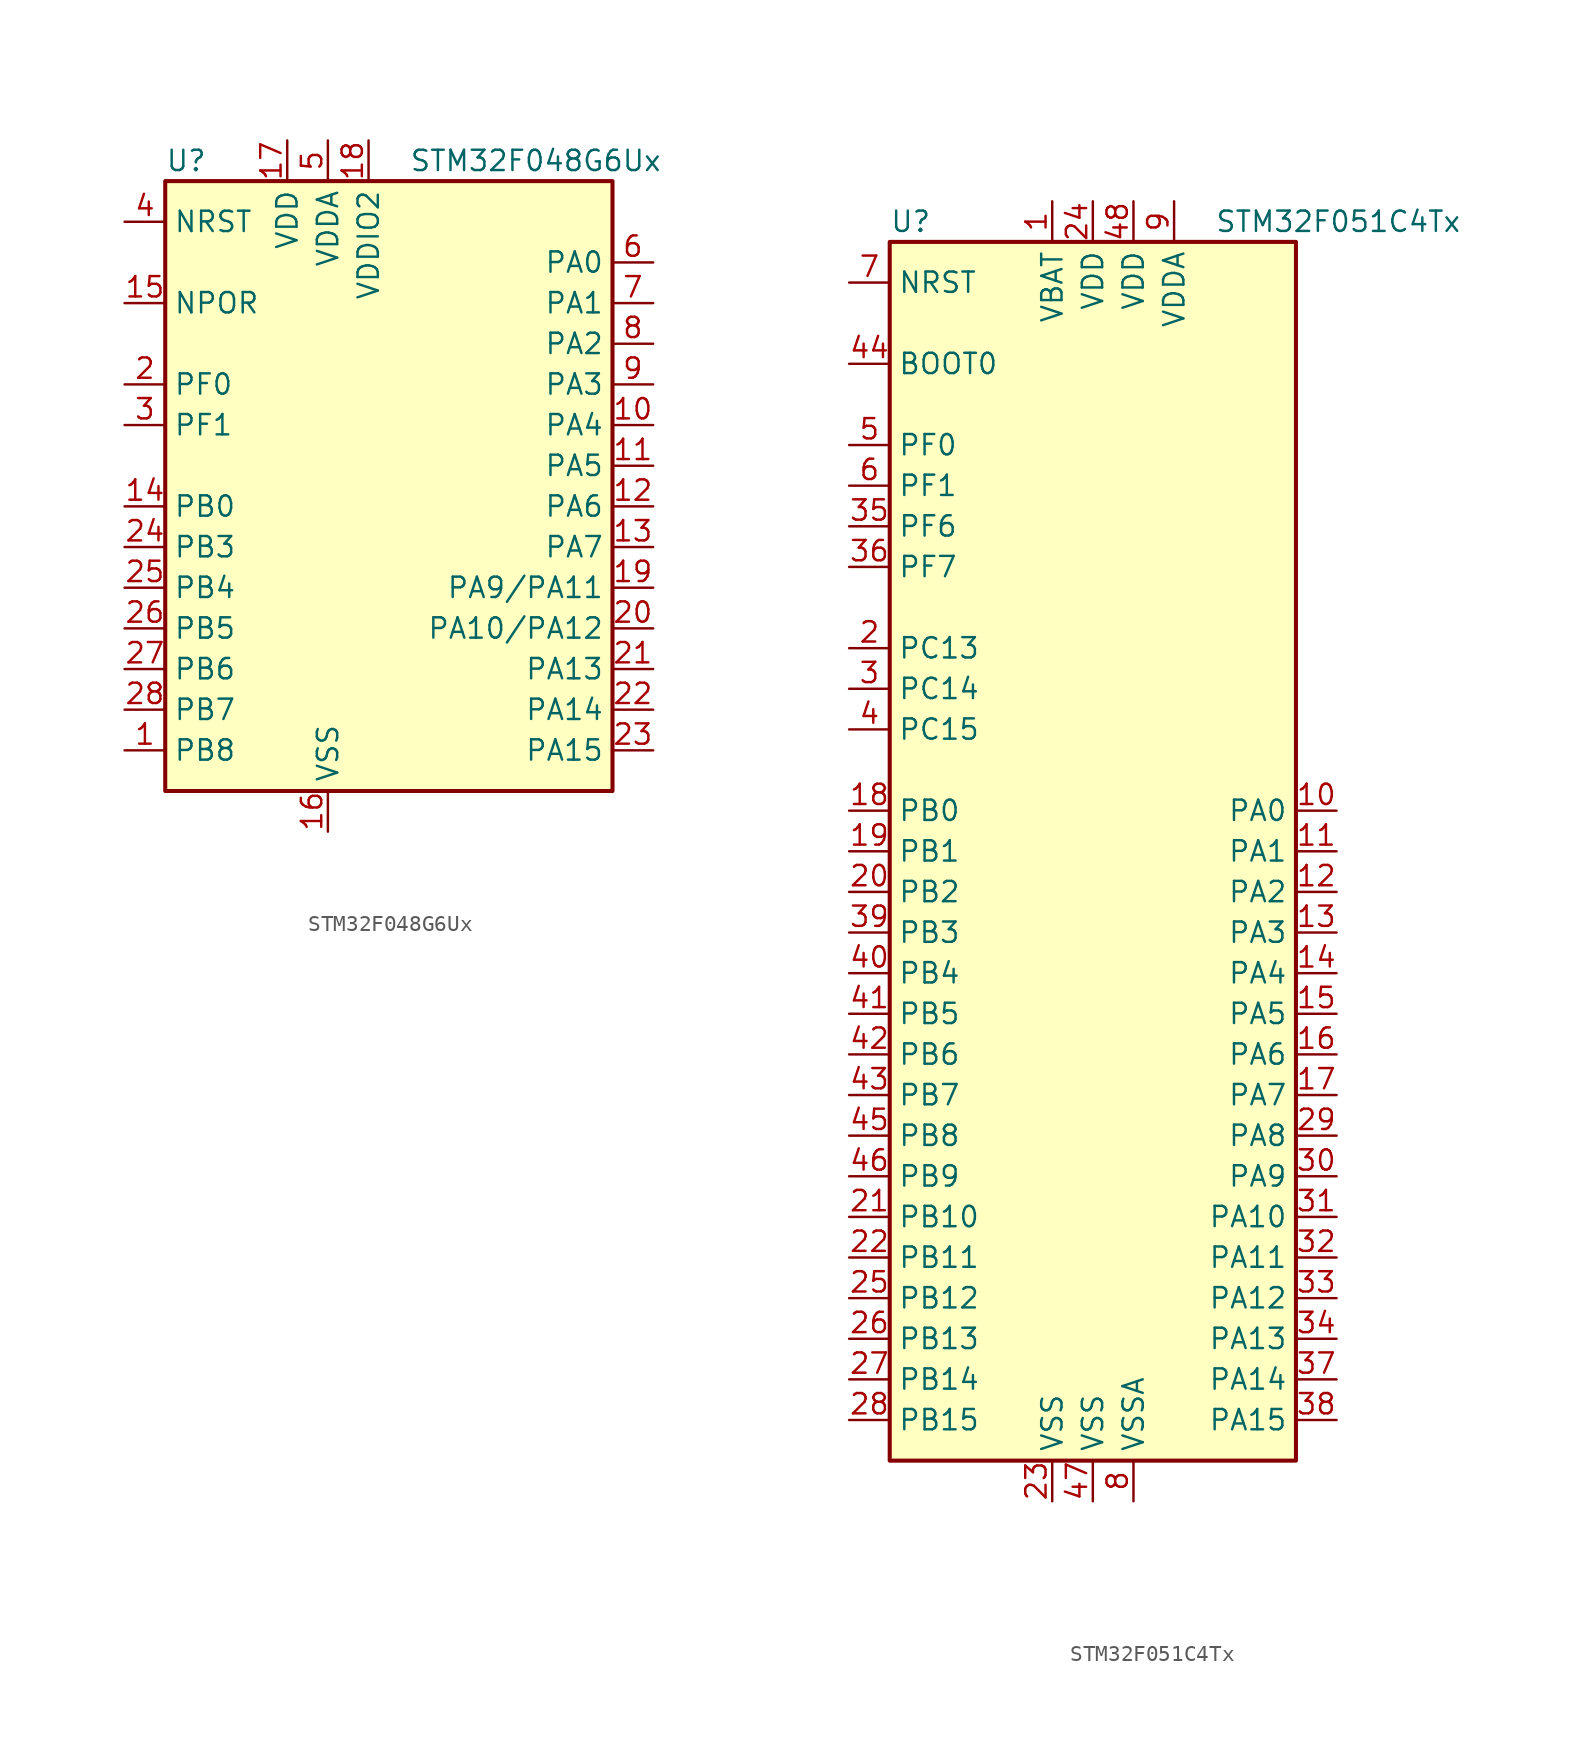
<source format=kicad_sym>
(kicad_symbol_lib
  (version 20201005)
  (generator kicad_symbol_editor)
  (symbol "STM32F048G6Ux"
    (property "Reference" "U"
      (at -15.24 19.05 0)
      (effects (font (size 1.27 1.27)) (justify left)))
    (property "Value" "STM32F048G6Ux"
      (at 0 19.05 0)
      (effects (font (size 1.27 1.27)) (justify left)))
    (symbol "STM32F048G6Ux_0_1"
      (rectangle (start -15.24 -20.32) (end 12.7 17.78) (stroke (width 0.254)) (fill (type background))))
    (symbol "STM32F048G6Ux_1_1"
      (pin bidirectional line (at -17.78 -17.78 0) (length 2.54) (name "PB8" (effects (font (size 1.27 1.27)))) (number "1" (effects (font (size 1.27 1.27)))))
      (pin bidirectional line (at 15.24 2.54 180) (length 2.54) (name "PA4" (effects (font (size 1.27 1.27)))) (number "10" (effects (font (size 1.27 1.27)))))
      (pin bidirectional line (at 15.24 0 180) (length 2.54) (name "PA5" (effects (font (size 1.27 1.27)))) (number "11" (effects (font (size 1.27 1.27)))))
      (pin bidirectional line (at 15.24 -2.54 180) (length 2.54) (name "PA6" (effects (font (size 1.27 1.27)))) (number "12" (effects (font (size 1.27 1.27)))))
      (pin bidirectional line (at 15.24 -5.08 180) (length 2.54) (name "PA7" (effects (font (size 1.27 1.27)))) (number "13" (effects (font (size 1.27 1.27)))))
      (pin bidirectional line (at -17.78 -2.54 0) (length 2.54) (name "PB0" (effects (font (size 1.27 1.27)))) (number "14" (effects (font (size 1.27 1.27)))))
      (pin power_in line (at -17.78 10.16 0) (length 2.54) (name "NPOR" (effects (font (size 1.27 1.27)))) (number "15" (effects (font (size 1.27 1.27)))))
      (pin power_in line (at -5.08 -22.86 90) (length 2.54) (name "VSS" (effects (font (size 1.27 1.27)))) (number "16" (effects (font (size 1.27 1.27)))))
      (pin power_in line (at -7.62 20.32 270) (length 2.54) (name "VDD" (effects (font (size 1.27 1.27)))) (number "17" (effects (font (size 1.27 1.27)))))
      (pin power_in line (at -2.54 20.32 270) (length 2.54) (name "VDDIO2" (effects (font (size 1.27 1.27)))) (number "18" (effects (font (size 1.27 1.27)))))
      (pin bidirectional line (at 15.24 -7.62 180) (length 2.54) (name "PA9/PA11" (effects (font (size 1.27 1.27)))) (number "19" (effects (font (size 1.27 1.27)))))
      (pin input line (at -17.78 5.08 0) (length 2.54) (name "PF0" (effects (font (size 1.27 1.27)))) (number "2" (effects (font (size 1.27 1.27)))))
      (pin bidirectional line (at 15.24 -10.16 180) (length 2.54) (name "PA10/PA12" (effects (font (size 1.27 1.27)))) (number "20" (effects (font (size 1.27 1.27)))))
      (pin bidirectional line (at 15.24 -12.7 180) (length 2.54) (name "PA13" (effects (font (size 1.27 1.27)))) (number "21" (effects (font (size 1.27 1.27)))))
      (pin bidirectional line (at 15.24 -15.24 180) (length 2.54) (name "PA14" (effects (font (size 1.27 1.27)))) (number "22" (effects (font (size 1.27 1.27)))))
      (pin bidirectional line (at 15.24 -17.78 180) (length 2.54) (name "PA15" (effects (font (size 1.27 1.27)))) (number "23" (effects (font (size 1.27 1.27)))))
      (pin bidirectional line (at -17.78 -5.08 0) (length 2.54) (name "PB3" (effects (font (size 1.27 1.27)))) (number "24" (effects (font (size 1.27 1.27)))))
      (pin bidirectional line (at -17.78 -7.62 0) (length 2.54) (name "PB4" (effects (font (size 1.27 1.27)))) (number "25" (effects (font (size 1.27 1.27)))))
      (pin bidirectional line (at -17.78 -10.16 0) (length 2.54) (name "PB5" (effects (font (size 1.27 1.27)))) (number "26" (effects (font (size 1.27 1.27)))))
      (pin bidirectional line (at -17.78 -12.7 0) (length 2.54) (name "PB6" (effects (font (size 1.27 1.27)))) (number "27" (effects (font (size 1.27 1.27)))))
      (pin bidirectional line (at -17.78 -15.24 0) (length 2.54) (name "PB7" (effects (font (size 1.27 1.27)))) (number "28" (effects (font (size 1.27 1.27)))))
      (pin input line (at -17.78 2.54 0) (length 2.54) (name "PF1" (effects (font (size 1.27 1.27)))) (number "3" (effects (font (size 1.27 1.27)))))
      (pin input line (at -17.78 15.24 0) (length 2.54) (name "NRST" (effects (font (size 1.27 1.27)))) (number "4" (effects (font (size 1.27 1.27)))))
      (pin power_in line (at -5.08 20.32 270) (length 2.54) (name "VDDA" (effects (font (size 1.27 1.27)))) (number "5" (effects (font (size 1.27 1.27)))))
      (pin bidirectional line (at 15.24 12.7 180) (length 2.54) (name "PA0" (effects (font (size 1.27 1.27)))) (number "6" (effects (font (size 1.27 1.27)))))
      (pin bidirectional line (at 15.24 10.16 180) (length 2.54) (name "PA1" (effects (font (size 1.27 1.27)))) (number "7" (effects (font (size 1.27 1.27)))))
      (pin bidirectional line (at 15.24 7.62 180) (length 2.54) (name "PA2" (effects (font (size 1.27 1.27)))) (number "8" (effects (font (size 1.27 1.27)))))
      (pin bidirectional line (at 15.24 5.08 180) (length 2.54) (name "PA3" (effects (font (size 1.27 1.27)))) (number "9" (effects (font (size 1.27 1.27)))))))
  (symbol "STM32F051C4Tx"
    (property "Reference" "U"
      (at -12.7 39.37 0)
      (effects (font (size 1.27 1.27)) (justify left)))
    (property "Value" "STM32F051C4Tx"
      (at 7.62 39.37 0)
      (effects (font (size 1.27 1.27)) (justify left)))
    (symbol "STM32F051C4Tx_0_1"
      (rectangle (start -12.7 -38.1) (end 12.7 38.1) (stroke (width 0.254)) (fill (type background))))
    (symbol "STM32F051C4Tx_1_1"
      (pin power_in line (at -2.54 40.64 270) (length 2.54) (name "VBAT" (effects (font (size 1.27 1.27)))) (number "1" (effects (font (size 1.27 1.27)))))
      (pin bidirectional line (at 15.24 2.54 180) (length 2.54) (name "PA0" (effects (font (size 1.27 1.27)))) (number "10" (effects (font (size 1.27 1.27)))))
      (pin bidirectional line (at 15.24 0 180) (length 2.54) (name "PA1" (effects (font (size 1.27 1.27)))) (number "11" (effects (font (size 1.27 1.27)))))
      (pin bidirectional line (at 15.24 -2.54 180) (length 2.54) (name "PA2" (effects (font (size 1.27 1.27)))) (number "12" (effects (font (size 1.27 1.27)))))
      (pin bidirectional line (at 15.24 -5.08 180) (length 2.54) (name "PA3" (effects (font (size 1.27 1.27)))) (number "13" (effects (font (size 1.27 1.27)))))
      (pin bidirectional line (at 15.24 -7.62 180) (length 2.54) (name "PA4" (effects (font (size 1.27 1.27)))) (number "14" (effects (font (size 1.27 1.27)))))
      (pin bidirectional line (at 15.24 -10.16 180) (length 2.54) (name "PA5" (effects (font (size 1.27 1.27)))) (number "15" (effects (font (size 1.27 1.27)))))
      (pin bidirectional line (at 15.24 -12.7 180) (length 2.54) (name "PA6" (effects (font (size 1.27 1.27)))) (number "16" (effects (font (size 1.27 1.27)))))
      (pin bidirectional line (at 15.24 -15.24 180) (length 2.54) (name "PA7" (effects (font (size 1.27 1.27)))) (number "17" (effects (font (size 1.27 1.27)))))
      (pin bidirectional line (at -15.24 2.54 0) (length 2.54) (name "PB0" (effects (font (size 1.27 1.27)))) (number "18" (effects (font (size 1.27 1.27)))))
      (pin bidirectional line (at -15.24 0 0) (length 2.54) (name "PB1" (effects (font (size 1.27 1.27)))) (number "19" (effects (font (size 1.27 1.27)))))
      (pin bidirectional line (at -15.24 12.7 0) (length 2.54) (name "PC13" (effects (font (size 1.27 1.27)))) (number "2" (effects (font (size 1.27 1.27)))))
      (pin bidirectional line (at -15.24 -2.54 0) (length 2.54) (name "PB2" (effects (font (size 1.27 1.27)))) (number "20" (effects (font (size 1.27 1.27)))))
      (pin bidirectional line (at -15.24 -22.86 0) (length 2.54) (name "PB10" (effects (font (size 1.27 1.27)))) (number "21" (effects (font (size 1.27 1.27)))))
      (pin bidirectional line (at -15.24 -25.4 0) (length 2.54) (name "PB11" (effects (font (size 1.27 1.27)))) (number "22" (effects (font (size 1.27 1.27)))))
      (pin power_in line (at -2.54 -40.64 90) (length 2.54) (name "VSS" (effects (font (size 1.27 1.27)))) (number "23" (effects (font (size 1.27 1.27)))))
      (pin power_in line (at 0 40.64 270) (length 2.54) (name "VDD" (effects (font (size 1.27 1.27)))) (number "24" (effects (font (size 1.27 1.27)))))
      (pin bidirectional line (at -15.24 -27.94 0) (length 2.54) (name "PB12" (effects (font (size 1.27 1.27)))) (number "25" (effects (font (size 1.27 1.27)))))
      (pin bidirectional line (at -15.24 -30.48 0) (length 2.54) (name "PB13" (effects (font (size 1.27 1.27)))) (number "26" (effects (font (size 1.27 1.27)))))
      (pin bidirectional line (at -15.24 -33.02 0) (length 2.54) (name "PB14" (effects (font (size 1.27 1.27)))) (number "27" (effects (font (size 1.27 1.27)))))
      (pin bidirectional line (at -15.24 -35.56 0) (length 2.54) (name "PB15" (effects (font (size 1.27 1.27)))) (number "28" (effects (font (size 1.27 1.27)))))
      (pin bidirectional line (at 15.24 -17.78 180) (length 2.54) (name "PA8" (effects (font (size 1.27 1.27)))) (number "29" (effects (font (size 1.27 1.27)))))
      (pin bidirectional line (at -15.24 10.16 0) (length 2.54) (name "PC14" (effects (font (size 1.27 1.27)))) (number "3" (effects (font (size 1.27 1.27)))))
      (pin bidirectional line (at 15.24 -20.32 180) (length 2.54) (name "PA9" (effects (font (size 1.27 1.27)))) (number "30" (effects (font (size 1.27 1.27)))))
      (pin bidirectional line (at 15.24 -22.86 180) (length 2.54) (name "PA10" (effects (font (size 1.27 1.27)))) (number "31" (effects (font (size 1.27 1.27)))))
      (pin bidirectional line (at 15.24 -25.4 180) (length 2.54) (name "PA11" (effects (font (size 1.27 1.27)))) (number "32" (effects (font (size 1.27 1.27)))))
      (pin bidirectional line (at 15.24 -27.94 180) (length 2.54) (name "PA12" (effects (font (size 1.27 1.27)))) (number "33" (effects (font (size 1.27 1.27)))))
      (pin bidirectional line (at 15.24 -30.48 180) (length 2.54) (name "PA13" (effects (font (size 1.27 1.27)))) (number "34" (effects (font (size 1.27 1.27)))))
      (pin bidirectional line (at -15.24 20.32 0) (length 2.54) (name "PF6" (effects (font (size 1.27 1.27)))) (number "35" (effects (font (size 1.27 1.27)))))
      (pin bidirectional line (at -15.24 17.78 0) (length 2.54) (name "PF7" (effects (font (size 1.27 1.27)))) (number "36" (effects (font (size 1.27 1.27)))))
      (pin bidirectional line (at 15.24 -33.02 180) (length 2.54) (name "PA14" (effects (font (size 1.27 1.27)))) (number "37" (effects (font (size 1.27 1.27)))))
      (pin bidirectional line (at 15.24 -35.56 180) (length 2.54) (name "PA15" (effects (font (size 1.27 1.27)))) (number "38" (effects (font (size 1.27 1.27)))))
      (pin bidirectional line (at -15.24 -5.08 0) (length 2.54) (name "PB3" (effects (font (size 1.27 1.27)))) (number "39" (effects (font (size 1.27 1.27)))))
      (pin bidirectional line (at -15.24 7.62 0) (length 2.54) (name "PC15" (effects (font (size 1.27 1.27)))) (number "4" (effects (font (size 1.27 1.27)))))
      (pin bidirectional line (at -15.24 -7.62 0) (length 2.54) (name "PB4" (effects (font (size 1.27 1.27)))) (number "40" (effects (font (size 1.27 1.27)))))
      (pin bidirectional line (at -15.24 -10.16 0) (length 2.54) (name "PB5" (effects (font (size 1.27 1.27)))) (number "41" (effects (font (size 1.27 1.27)))))
      (pin bidirectional line (at -15.24 -12.7 0) (length 2.54) (name "PB6" (effects (font (size 1.27 1.27)))) (number "42" (effects (font (size 1.27 1.27)))))
      (pin bidirectional line (at -15.24 -15.24 0) (length 2.54) (name "PB7" (effects (font (size 1.27 1.27)))) (number "43" (effects (font (size 1.27 1.27)))))
      (pin input line (at -15.24 30.48 0) (length 2.54) (name "BOOT0" (effects (font (size 1.27 1.27)))) (number "44" (effects (font (size 1.27 1.27)))))
      (pin bidirectional line (at -15.24 -17.78 0) (length 2.54) (name "PB8" (effects (font (size 1.27 1.27)))) (number "45" (effects (font (size 1.27 1.27)))))
      (pin bidirectional line (at -15.24 -20.32 0) (length 2.54) (name "PB9" (effects (font (size 1.27 1.27)))) (number "46" (effects (font (size 1.27 1.27)))))
      (pin power_in line (at 0 -40.64 90) (length 2.54) (name "VSS" (effects (font (size 1.27 1.27)))) (number "47" (effects (font (size 1.27 1.27)))))
      (pin power_in line (at 2.54 40.64 270) (length 2.54) (name "VDD" (effects (font (size 1.27 1.27)))) (number "48" (effects (font (size 1.27 1.27)))))
      (pin input line (at -15.24 25.4 0) (length 2.54) (name "PF0" (effects (font (size 1.27 1.27)))) (number "5" (effects (font (size 1.27 1.27)))))
      (pin input line (at -15.24 22.86 0) (length 2.54) (name "PF1" (effects (font (size 1.27 1.27)))) (number "6" (effects (font (size 1.27 1.27)))))
      (pin input line (at -15.24 35.56 0) (length 2.54) (name "NRST" (effects (font (size 1.27 1.27)))) (number "7" (effects (font (size 1.27 1.27)))))
      (pin power_in line (at 2.54 -40.64 90) (length 2.54) (name "VSSA" (effects (font (size 1.27 1.27)))) (number "8" (effects (font (size 1.27 1.27)))))
      (pin power_in line (at 5.08 40.64 270) (length 2.54) (name "VDDA" (effects (font (size 1.27 1.27)))) (number "9" (effects (font (size 1.27 1.27))))))))
</source>
